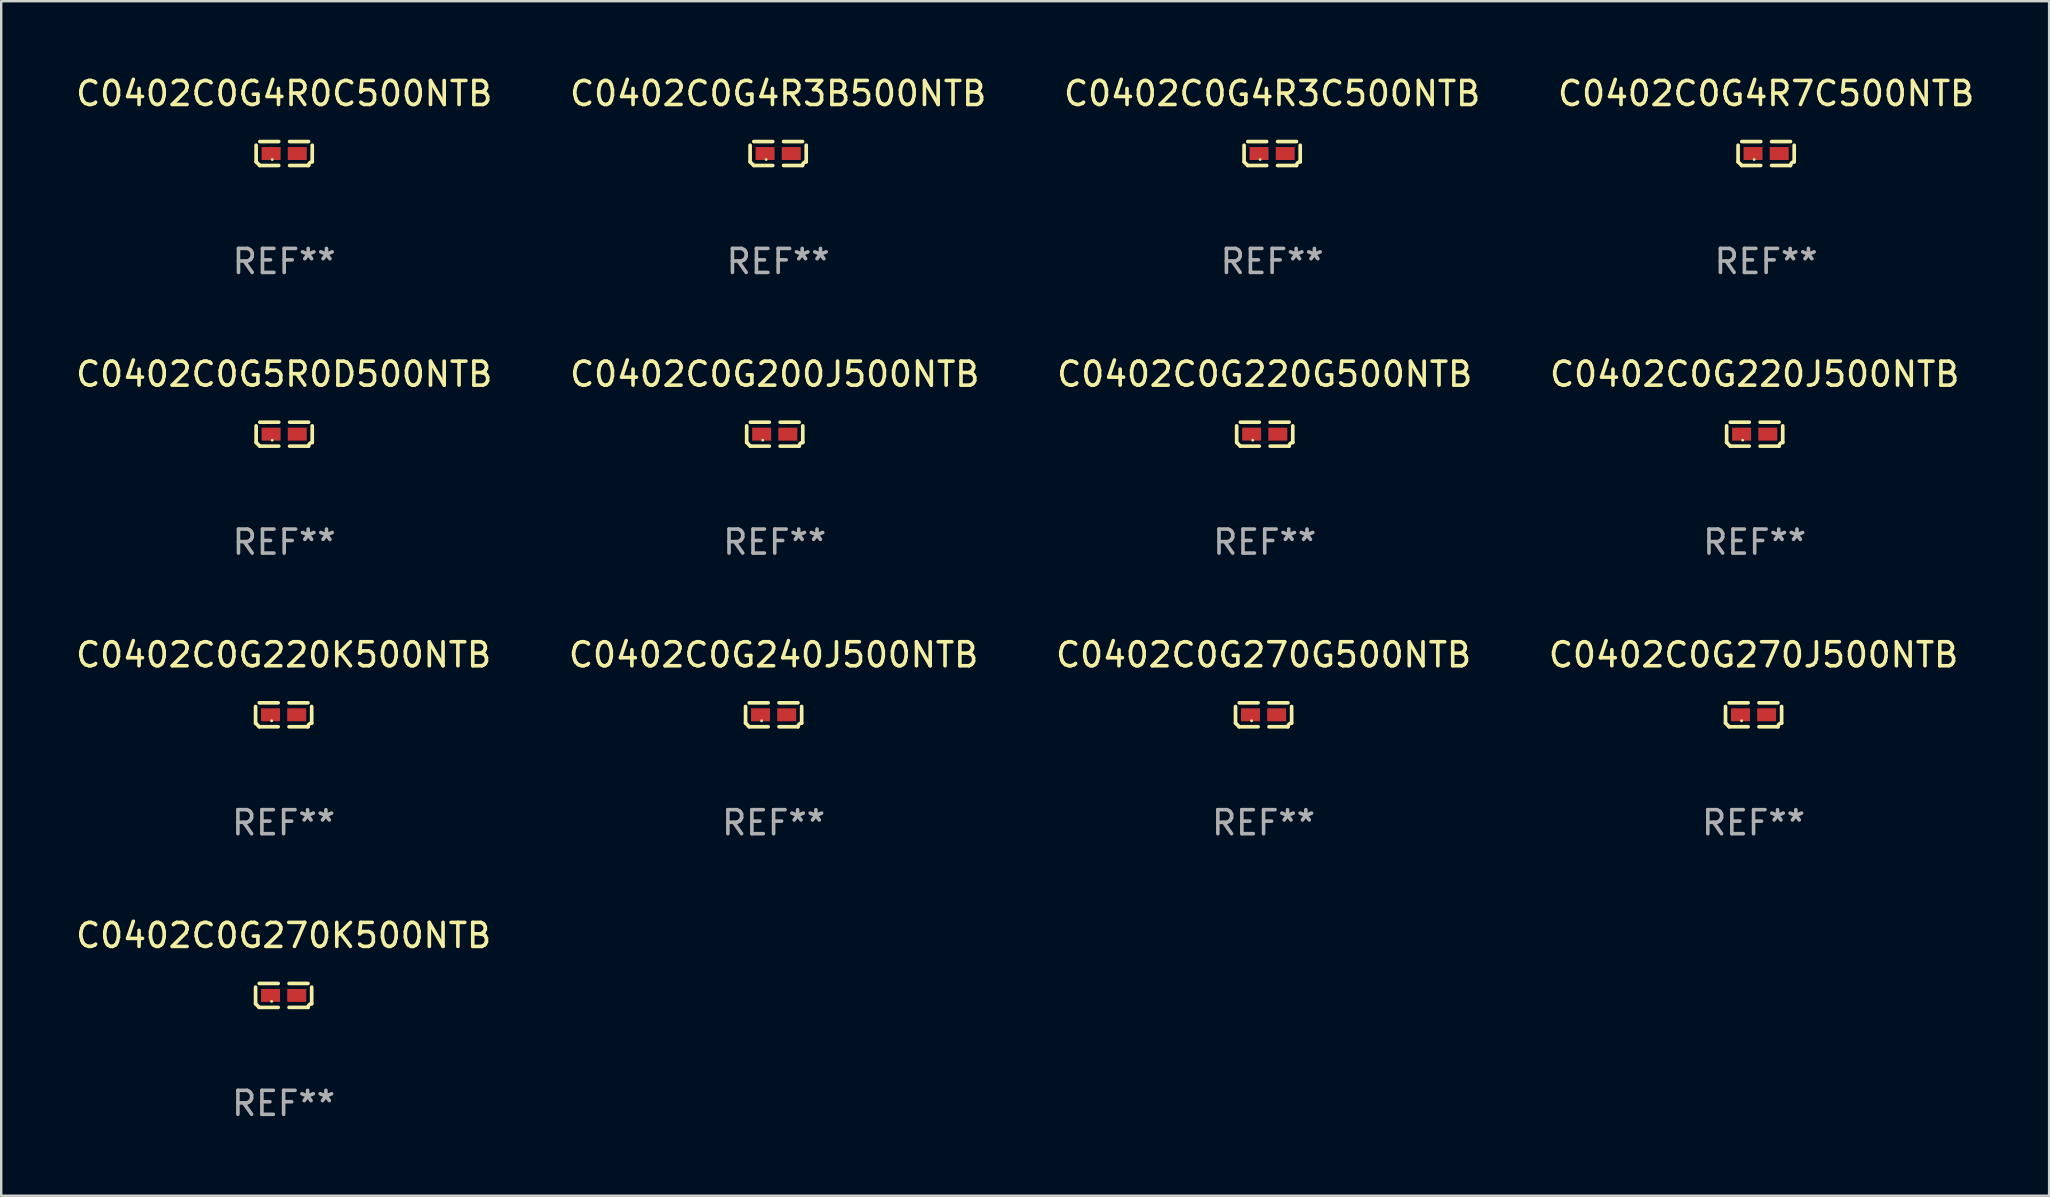
<source format=kicad_pcb>
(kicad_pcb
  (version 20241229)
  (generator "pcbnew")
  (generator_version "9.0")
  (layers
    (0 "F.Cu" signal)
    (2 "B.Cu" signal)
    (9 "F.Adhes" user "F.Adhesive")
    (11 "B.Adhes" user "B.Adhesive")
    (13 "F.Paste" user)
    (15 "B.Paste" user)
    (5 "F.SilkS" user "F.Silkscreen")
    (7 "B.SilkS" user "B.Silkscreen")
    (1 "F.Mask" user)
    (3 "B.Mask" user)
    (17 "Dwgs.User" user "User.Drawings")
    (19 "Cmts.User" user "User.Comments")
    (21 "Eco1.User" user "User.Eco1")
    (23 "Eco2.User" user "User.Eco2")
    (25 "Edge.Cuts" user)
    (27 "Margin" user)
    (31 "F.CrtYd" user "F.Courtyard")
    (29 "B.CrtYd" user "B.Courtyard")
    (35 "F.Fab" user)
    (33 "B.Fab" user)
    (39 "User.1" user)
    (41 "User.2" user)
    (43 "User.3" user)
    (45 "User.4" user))
  (footprint "C0402C0G4R3C500NTB"
    (layer "F.Cu")
    (at 49.958 3.347)
    (property "Reference" "C0402C0G4R3C500NTB" (at 0 -2.499 0) (layer "F.SilkS") (effects (font (size 1 1) (thickness 0.15))))
    (attr through_hole)
    (fp_line (start -1.169 0.346) (end -1.169 -0.346) (stroke (width 0.152) (type solid)) (layer "F.SilkS"))
    (fp_line (start -1.016 -0.499) (end -0.226 -0.499) (stroke (width 0.152) (type solid)) (layer "F.SilkS"))
    (fp_line (start -0.226 0.499) (end -1.016 0.499) (stroke (width 0.152) (type solid)) (layer "F.SilkS"))
    (fp_line (start 0.226 0.499) (end 1.016 0.499) (stroke (width 0.152) (type solid)) (layer "F.SilkS"))
    (fp_line (start 1.016 -0.499) (end 0.226 -0.499) (stroke (width 0.152) (type solid)) (layer "F.SilkS"))
    (fp_line (start 1.169 0.346) (end 1.169 -0.346) (stroke (width 0.152) (type solid)) (layer "F.SilkS"))
    (fp_arc (start -1.016307 0.498603) (mid -1.092512 0.422405) (end -1.16871 0.3462) (stroke (width 0.1524) (type solid)) (layer "F.SilkS"))
    (fp_arc (start 1.016307 0.498603) (mid 1.060899 0.390758) (end 1.168707 0.346076) (stroke (width 0.1524) (type solid)) (layer "F.SilkS"))
    (fp_circle (center -0.5 0.25) (end -0.47 0.25) (stroke (width 0.06) (type solid)) (fill no) (layer "F.SilkS"))
    (fp_text user "REF**" (at 0 4.499 0) (layer "F.Fab") (effects (font (size 1 1) (thickness 0.15))))
    (pad "1" smd rect (at -0.545 0) (size 0.79 0.54) (layers "F.Cu" "F.Mask" "F.Paste"))
    (pad "2" smd rect (at 0.545 0) (size 0.79 0.54) (layers "F.Cu" "F.Mask" "F.Paste")))
  (footprint "C0402C0G4R0C500NTB"
    (layer "F.Cu")
    (at 8.792 3.347)
    (property "Reference" "C0402C0G4R0C500NTB" (at 0 -2.499 0) (layer "F.SilkS") (effects (font (size 1 1) (thickness 0.15))))
    (attr through_hole)
    (fp_line (start -1.169 0.346) (end -1.169 -0.346) (stroke (width 0.152) (type solid)) (layer "F.SilkS"))
    (fp_line (start -1.016 -0.499) (end -0.226 -0.499) (stroke (width 0.152) (type solid)) (layer "F.SilkS"))
    (fp_line (start -0.226 0.499) (end -1.016 0.499) (stroke (width 0.152) (type solid)) (layer "F.SilkS"))
    (fp_line (start 0.226 0.499) (end 1.016 0.499) (stroke (width 0.152) (type solid)) (layer "F.SilkS"))
    (fp_line (start 1.016 -0.499) (end 0.226 -0.499) (stroke (width 0.152) (type solid)) (layer "F.SilkS"))
    (fp_line (start 1.169 0.346) (end 1.169 -0.346) (stroke (width 0.152) (type solid)) (layer "F.SilkS"))
    (fp_arc (start -1.016307 0.498603) (mid -1.092512 0.422405) (end -1.16871 0.3462) (stroke (width 0.1524) (type solid)) (layer "F.SilkS"))
    (fp_arc (start 1.016307 0.498603) (mid 1.060899 0.390758) (end 1.168707 0.346076) (stroke (width 0.1524) (type solid)) (layer "F.SilkS"))
    (fp_circle (center -0.5 0.25) (end -0.47 0.25) (stroke (width 0.06) (type solid)) (fill no) (layer "F.SilkS"))
    (fp_text user "REF**" (at 0 4.499 0) (layer "F.Fab") (effects (font (size 1 1) (thickness 0.15))))
    (pad "1" smd rect (at -0.545 0) (size 0.79 0.54) (layers "F.Cu" "F.Mask" "F.Paste"))
    (pad "2" smd rect (at 0.545 0) (size 0.79 0.54) (layers "F.Cu" "F.Mask" "F.Paste")))
  (footprint "C0402C0G220G500NTB"
    (layer "F.Cu")
    (at 49.649 15.041)
    (property "Reference" "C0402C0G220G500NTB" (at 0 -2.499 0) (layer "F.SilkS") (effects (font (size 1 1) (thickness 0.15))))
    (attr through_hole)
    (fp_line (start -1.169 0.346) (end -1.169 -0.346) (stroke (width 0.152) (type solid)) (layer "F.SilkS"))
    (fp_line (start -1.016 -0.499) (end -0.226 -0.499) (stroke (width 0.152) (type solid)) (layer "F.SilkS"))
    (fp_line (start -0.226 0.499) (end -1.016 0.499) (stroke (width 0.152) (type solid)) (layer "F.SilkS"))
    (fp_line (start 0.226 0.499) (end 1.016 0.499) (stroke (width 0.152) (type solid)) (layer "F.SilkS"))
    (fp_line (start 1.016 -0.499) (end 0.226 -0.499) (stroke (width 0.152) (type solid)) (layer "F.SilkS"))
    (fp_line (start 1.169 0.346) (end 1.169 -0.346) (stroke (width 0.152) (type solid)) (layer "F.SilkS"))
    (fp_arc (start -1.016307 0.498603) (mid -1.092512 0.422405) (end -1.16871 0.3462) (stroke (width 0.1524) (type solid)) (layer "F.SilkS"))
    (fp_arc (start 1.016307 0.498603) (mid 1.060899 0.390758) (end 1.168707 0.346076) (stroke (width 0.1524) (type solid)) (layer "F.SilkS"))
    (fp_circle (center -0.5 0.25) (end -0.47 0.25) (stroke (width 0.06) (type solid)) (fill no) (layer "F.SilkS"))
    (fp_text user "REF**" (at 0 4.499 0) (layer "F.Fab") (effects (font (size 1 1) (thickness 0.15))))
    (pad "1" smd rect (at -0.545 0) (size 0.79 0.54) (layers "F.Cu" "F.Mask" "F.Paste"))
    (pad "2" smd rect (at 0.545 0) (size 0.79 0.54) (layers "F.Cu" "F.Mask" "F.Paste")))
  (footprint "C0402C0G270K500NTB"
    (layer "F.Cu")
    (at 8.768 38.428)
    (property "Reference" "C0402C0G270K500NTB" (at 0 -2.499 0) (layer "F.SilkS") (effects (font (size 1 1) (thickness 0.15))))
    (attr through_hole)
    (fp_line (start -1.169 0.346) (end -1.169 -0.346) (stroke (width 0.152) (type solid)) (layer "F.SilkS"))
    (fp_line (start -1.016 -0.499) (end -0.226 -0.499) (stroke (width 0.152) (type solid)) (layer "F.SilkS"))
    (fp_line (start -0.226 0.499) (end -1.016 0.499) (stroke (width 0.152) (type solid)) (layer "F.SilkS"))
    (fp_line (start 0.226 0.499) (end 1.016 0.499) (stroke (width 0.152) (type solid)) (layer "F.SilkS"))
    (fp_line (start 1.016 -0.499) (end 0.226 -0.499) (stroke (width 0.152) (type solid)) (layer "F.SilkS"))
    (fp_line (start 1.169 0.346) (end 1.169 -0.346) (stroke (width 0.152) (type solid)) (layer "F.SilkS"))
    (fp_arc (start -1.016307 0.498603) (mid -1.092512 0.422405) (end -1.16871 0.3462) (stroke (width 0.1524) (type solid)) (layer "F.SilkS"))
    (fp_arc (start 1.016307 0.498603) (mid 1.060899 0.390758) (end 1.168707 0.346076) (stroke (width 0.1524) (type solid)) (layer "F.SilkS"))
    (fp_circle (center -0.5 0.25) (end -0.47 0.25) (stroke (width 0.06) (type solid)) (fill no) (layer "F.SilkS"))
    (fp_text user "REF**" (at 0 4.499 0) (layer "F.Fab") (effects (font (size 1 1) (thickness 0.15))))
    (pad "1" smd rect (at -0.545 0) (size 0.79 0.54) (layers "F.Cu" "F.Mask" "F.Paste"))
    (pad "2" smd rect (at 0.545 0) (size 0.79 0.54) (layers "F.Cu" "F.Mask" "F.Paste")))
  (footprint "C0402C0G5R0D500NTB"
    (layer "F.Cu")
    (at 8.792 15.041)
    (property "Reference" "C0402C0G5R0D500NTB" (at 0 -2.499 0) (layer "F.SilkS") (effects (font (size 1 1) (thickness 0.15))))
    (attr through_hole)
    (fp_line (start -1.169 0.346) (end -1.169 -0.346) (stroke (width 0.152) (type solid)) (layer "F.SilkS"))
    (fp_line (start -1.016 -0.499) (end -0.226 -0.499) (stroke (width 0.152) (type solid)) (layer "F.SilkS"))
    (fp_line (start -0.226 0.499) (end -1.016 0.499) (stroke (width 0.152) (type solid)) (layer "F.SilkS"))
    (fp_line (start 0.226 0.499) (end 1.016 0.499) (stroke (width 0.152) (type solid)) (layer "F.SilkS"))
    (fp_line (start 1.016 -0.499) (end 0.226 -0.499) (stroke (width 0.152) (type solid)) (layer "F.SilkS"))
    (fp_line (start 1.169 0.346) (end 1.169 -0.346) (stroke (width 0.152) (type solid)) (layer "F.SilkS"))
    (fp_arc (start -1.016307 0.498603) (mid -1.092512 0.422405) (end -1.16871 0.3462) (stroke (width 0.1524) (type solid)) (layer "F.SilkS"))
    (fp_arc (start 1.016307 0.498603) (mid 1.060899 0.390758) (end 1.168707 0.346076) (stroke (width 0.1524) (type solid)) (layer "F.SilkS"))
    (fp_circle (center -0.5 0.25) (end -0.47 0.25) (stroke (width 0.06) (type solid)) (fill no) (layer "F.SilkS"))
    (fp_text user "REF**" (at 0 4.499 0) (layer "F.Fab") (effects (font (size 1 1) (thickness 0.15))))
    (pad "1" smd rect (at -0.545 0) (size 0.79 0.54) (layers "F.Cu" "F.Mask" "F.Paste"))
    (pad "2" smd rect (at 0.545 0) (size 0.79 0.54) (layers "F.Cu" "F.Mask" "F.Paste")))
  (footprint "C0402C0G240J500NTB"
    (layer "F.Cu")
    (at 29.185 26.734)
    (property "Reference" "C0402C0G240J500NTB" (at 0 -2.499 0) (layer "F.SilkS") (effects (font (size 1 1) (thickness 0.15))))
    (attr through_hole)
    (fp_line (start -1.169 0.346) (end -1.169 -0.346) (stroke (width 0.152) (type solid)) (layer "F.SilkS"))
    (fp_line (start -1.016 -0.499) (end -0.226 -0.499) (stroke (width 0.152) (type solid)) (layer "F.SilkS"))
    (fp_line (start -0.226 0.499) (end -1.016 0.499) (stroke (width 0.152) (type solid)) (layer "F.SilkS"))
    (fp_line (start 0.226 0.499) (end 1.016 0.499) (stroke (width 0.152) (type solid)) (layer "F.SilkS"))
    (fp_line (start 1.016 -0.499) (end 0.226 -0.499) (stroke (width 0.152) (type solid)) (layer "F.SilkS"))
    (fp_line (start 1.169 0.346) (end 1.169 -0.346) (stroke (width 0.152) (type solid)) (layer "F.SilkS"))
    (fp_arc (start -1.016307 0.498603) (mid -1.092512 0.422405) (end -1.16871 0.3462) (stroke (width 0.1524) (type solid)) (layer "F.SilkS"))
    (fp_arc (start 1.016307 0.498603) (mid 1.060899 0.390758) (end 1.168707 0.346076) (stroke (width 0.1524) (type solid)) (layer "F.SilkS"))
    (fp_circle (center -0.5 0.25) (end -0.47 0.25) (stroke (width 0.06) (type solid)) (fill no) (layer "F.SilkS"))
    (fp_text user "REF**" (at 0 4.499 0) (layer "F.Fab") (effects (font (size 1 1) (thickness 0.15))))
    (pad "1" smd rect (at -0.545 0) (size 0.79 0.54) (layers "F.Cu" "F.Mask" "F.Paste"))
    (pad "2" smd rect (at 0.545 0) (size 0.79 0.54) (layers "F.Cu" "F.Mask" "F.Paste")))
  (footprint "C0402C0G220J500NTB"
    (layer "F.Cu")
    (at 70.065 15.041)
    (property "Reference" "C0402C0G220J500NTB" (at 0 -2.499 0) (layer "F.SilkS") (effects (font (size 1 1) (thickness 0.15))))
    (attr through_hole)
    (fp_line (start -1.169 0.346) (end -1.169 -0.346) (stroke (width 0.152) (type solid)) (layer "F.SilkS"))
    (fp_line (start -1.016 -0.499) (end -0.226 -0.499) (stroke (width 0.152) (type solid)) (layer "F.SilkS"))
    (fp_line (start -0.226 0.499) (end -1.016 0.499) (stroke (width 0.152) (type solid)) (layer "F.SilkS"))
    (fp_line (start 0.226 0.499) (end 1.016 0.499) (stroke (width 0.152) (type solid)) (layer "F.SilkS"))
    (fp_line (start 1.016 -0.499) (end 0.226 -0.499) (stroke (width 0.152) (type solid)) (layer "F.SilkS"))
    (fp_line (start 1.169 0.346) (end 1.169 -0.346) (stroke (width 0.152) (type solid)) (layer "F.SilkS"))
    (fp_arc (start -1.016307 0.498603) (mid -1.092512 0.422405) (end -1.16871 0.3462) (stroke (width 0.1524) (type solid)) (layer "F.SilkS"))
    (fp_arc (start 1.016307 0.498603) (mid 1.060899 0.390758) (end 1.168707 0.346076) (stroke (width 0.1524) (type solid)) (layer "F.SilkS"))
    (fp_circle (center -0.5 0.25) (end -0.47 0.25) (stroke (width 0.06) (type solid)) (fill no) (layer "F.SilkS"))
    (fp_text user "REF**" (at 0 4.499 0) (layer "F.Fab") (effects (font (size 1 1) (thickness 0.15))))
    (pad "1" smd rect (at -0.545 0) (size 0.79 0.54) (layers "F.Cu" "F.Mask" "F.Paste"))
    (pad "2" smd rect (at 0.545 0) (size 0.79 0.54) (layers "F.Cu" "F.Mask" "F.Paste")))
  (footprint "C0402C0G220K500NTB"
    (layer "F.Cu")
    (at 8.768 26.734)
    (property "Reference" "C0402C0G220K500NTB" (at 0 -2.499 0) (layer "F.SilkS") (effects (font (size 1 1) (thickness 0.15))))
    (attr through_hole)
    (fp_line (start -1.169 0.346) (end -1.169 -0.346) (stroke (width 0.152) (type solid)) (layer "F.SilkS"))
    (fp_line (start -1.016 -0.499) (end -0.226 -0.499) (stroke (width 0.152) (type solid)) (layer "F.SilkS"))
    (fp_line (start -0.226 0.499) (end -1.016 0.499) (stroke (width 0.152) (type solid)) (layer "F.SilkS"))
    (fp_line (start 0.226 0.499) (end 1.016 0.499) (stroke (width 0.152) (type solid)) (layer "F.SilkS"))
    (fp_line (start 1.016 -0.499) (end 0.226 -0.499) (stroke (width 0.152) (type solid)) (layer "F.SilkS"))
    (fp_line (start 1.169 0.346) (end 1.169 -0.346) (stroke (width 0.152) (type solid)) (layer "F.SilkS"))
    (fp_arc (start -1.016307 0.498603) (mid -1.092512 0.422405) (end -1.16871 0.3462) (stroke (width 0.1524) (type solid)) (layer "F.SilkS"))
    (fp_arc (start 1.016307 0.498603) (mid 1.060899 0.390758) (end 1.168707 0.346076) (stroke (width 0.1524) (type solid)) (layer "F.SilkS"))
    (fp_circle (center -0.5 0.25) (end -0.47 0.25) (stroke (width 0.06) (type solid)) (fill no) (layer "F.SilkS"))
    (fp_text user "REF**" (at 0 4.499 0) (layer "F.Fab") (effects (font (size 1 1) (thickness 0.15))))
    (pad "1" smd rect (at -0.545 0) (size 0.79 0.54) (layers "F.Cu" "F.Mask" "F.Paste"))
    (pad "2" smd rect (at 0.545 0) (size 0.79 0.54) (layers "F.Cu" "F.Mask" "F.Paste")))
  (footprint "C0402C0G4R3B500NTB"
    (layer "F.Cu")
    (at 29.375 3.347)
    (property "Reference" "C0402C0G4R3B500NTB" (at 0 -2.499 0) (layer "F.SilkS") (effects (font (size 1 1) (thickness 0.15))))
    (attr through_hole)
    (fp_line (start -1.169 0.346) (end -1.169 -0.346) (stroke (width 0.152) (type solid)) (layer "F.SilkS"))
    (fp_line (start -1.016 -0.499) (end -0.226 -0.499) (stroke (width 0.152) (type solid)) (layer "F.SilkS"))
    (fp_line (start -0.226 0.499) (end -1.016 0.499) (stroke (width 0.152) (type solid)) (layer "F.SilkS"))
    (fp_line (start 0.226 0.499) (end 1.016 0.499) (stroke (width 0.152) (type solid)) (layer "F.SilkS"))
    (fp_line (start 1.016 -0.499) (end 0.226 -0.499) (stroke (width 0.152) (type solid)) (layer "F.SilkS"))
    (fp_line (start 1.169 0.346) (end 1.169 -0.346) (stroke (width 0.152) (type solid)) (layer "F.SilkS"))
    (fp_arc (start -1.016307 0.498603) (mid -1.092512 0.422405) (end -1.16871 0.3462) (stroke (width 0.1524) (type solid)) (layer "F.SilkS"))
    (fp_arc (start 1.016307 0.498603) (mid 1.060899 0.390758) (end 1.168707 0.346076) (stroke (width 0.1524) (type solid)) (layer "F.SilkS"))
    (fp_circle (center -0.5 0.25) (end -0.47 0.25) (stroke (width 0.06) (type solid)) (fill no) (layer "F.SilkS"))
    (fp_text user "REF**" (at 0 4.499 0) (layer "F.Fab") (effects (font (size 1 1) (thickness 0.15))))
    (pad "1" smd rect (at -0.545 0) (size 0.79 0.54) (layers "F.Cu" "F.Mask" "F.Paste"))
    (pad "2" smd rect (at 0.545 0) (size 0.79 0.54) (layers "F.Cu" "F.Mask" "F.Paste")))
  (footprint "C0402C0G270J500NTB"
    (layer "F.Cu")
    (at 70.018 26.734)
    (property "Reference" "C0402C0G270J500NTB" (at 0 -2.499 0) (layer "F.SilkS") (effects (font (size 1 1) (thickness 0.15))))
    (attr through_hole)
    (fp_line (start -1.169 0.346) (end -1.169 -0.346) (stroke (width 0.152) (type solid)) (layer "F.SilkS"))
    (fp_line (start -1.016 -0.499) (end -0.226 -0.499) (stroke (width 0.152) (type solid)) (layer "F.SilkS"))
    (fp_line (start -0.226 0.499) (end -1.016 0.499) (stroke (width 0.152) (type solid)) (layer "F.SilkS"))
    (fp_line (start 0.226 0.499) (end 1.016 0.499) (stroke (width 0.152) (type solid)) (layer "F.SilkS"))
    (fp_line (start 1.016 -0.499) (end 0.226 -0.499) (stroke (width 0.152) (type solid)) (layer "F.SilkS"))
    (fp_line (start 1.169 0.346) (end 1.169 -0.346) (stroke (width 0.152) (type solid)) (layer "F.SilkS"))
    (fp_arc (start -1.016307 0.498603) (mid -1.092512 0.422405) (end -1.16871 0.3462) (stroke (width 0.1524) (type solid)) (layer "F.SilkS"))
    (fp_arc (start 1.016307 0.498603) (mid 1.060899 0.390758) (end 1.168707 0.346076) (stroke (width 0.1524) (type solid)) (layer "F.SilkS"))
    (fp_circle (center -0.5 0.25) (end -0.47 0.25) (stroke (width 0.06) (type solid)) (fill no) (layer "F.SilkS"))
    (fp_text user "REF**" (at 0 4.499 0) (layer "F.Fab") (effects (font (size 1 1) (thickness 0.15))))
    (pad "1" smd rect (at -0.545 0) (size 0.79 0.54) (layers "F.Cu" "F.Mask" "F.Paste"))
    (pad "2" smd rect (at 0.545 0) (size 0.79 0.54) (layers "F.Cu" "F.Mask" "F.Paste")))
  (footprint "C0402C0G4R7C500NTB"
    (layer "F.Cu")
    (at 70.542 3.347)
    (property "Reference" "C0402C0G4R7C500NTB" (at 0 -2.499 0) (layer "F.SilkS") (effects (font (size 1 1) (thickness 0.15))))
    (attr through_hole)
    (fp_line (start -1.169 0.346) (end -1.169 -0.346) (stroke (width 0.152) (type solid)) (layer "F.SilkS"))
    (fp_line (start -1.016 -0.499) (end -0.226 -0.499) (stroke (width 0.152) (type solid)) (layer "F.SilkS"))
    (fp_line (start -0.226 0.499) (end -1.016 0.499) (stroke (width 0.152) (type solid)) (layer "F.SilkS"))
    (fp_line (start 0.226 0.499) (end 1.016 0.499) (stroke (width 0.152) (type solid)) (layer "F.SilkS"))
    (fp_line (start 1.016 -0.499) (end 0.226 -0.499) (stroke (width 0.152) (type solid)) (layer "F.SilkS"))
    (fp_line (start 1.169 0.346) (end 1.169 -0.346) (stroke (width 0.152) (type solid)) (layer "F.SilkS"))
    (fp_arc (start -1.016307 0.498603) (mid -1.092512 0.422405) (end -1.16871 0.3462) (stroke (width 0.1524) (type solid)) (layer "F.SilkS"))
    (fp_arc (start 1.016307 0.498603) (mid 1.060899 0.390758) (end 1.168707 0.346076) (stroke (width 0.1524) (type solid)) (layer "F.SilkS"))
    (fp_circle (center -0.5 0.25) (end -0.47 0.25) (stroke (width 0.06) (type solid)) (fill no) (layer "F.SilkS"))
    (fp_text user "REF**" (at 0 4.499 0) (layer "F.Fab") (effects (font (size 1 1) (thickness 0.15))))
    (pad "1" smd rect (at -0.545 0) (size 0.79 0.54) (layers "F.Cu" "F.Mask" "F.Paste"))
    (pad "2" smd rect (at 0.545 0) (size 0.79 0.54) (layers "F.Cu" "F.Mask" "F.Paste")))
  (footprint "C0402C0G200J500NTB"
    (layer "F.Cu")
    (at 29.232 15.041)
    (property "Reference" "C0402C0G200J500NTB" (at 0 -2.499 0) (layer "F.SilkS") (effects (font (size 1 1) (thickness 0.15))))
    (attr through_hole)
    (fp_line (start -1.169 0.346) (end -1.169 -0.346) (stroke (width 0.152) (type solid)) (layer "F.SilkS"))
    (fp_line (start -1.016 -0.499) (end -0.226 -0.499) (stroke (width 0.152) (type solid)) (layer "F.SilkS"))
    (fp_line (start -0.226 0.499) (end -1.016 0.499) (stroke (width 0.152) (type solid)) (layer "F.SilkS"))
    (fp_line (start 0.226 0.499) (end 1.016 0.499) (stroke (width 0.152) (type solid)) (layer "F.SilkS"))
    (fp_line (start 1.016 -0.499) (end 0.226 -0.499) (stroke (width 0.152) (type solid)) (layer "F.SilkS"))
    (fp_line (start 1.169 0.346) (end 1.169 -0.346) (stroke (width 0.152) (type solid)) (layer "F.SilkS"))
    (fp_arc (start -1.016307 0.498603) (mid -1.092512 0.422405) (end -1.16871 0.3462) (stroke (width 0.1524) (type solid)) (layer "F.SilkS"))
    (fp_arc (start 1.016307 0.498603) (mid 1.060899 0.390758) (end 1.168707 0.346076) (stroke (width 0.1524) (type solid)) (layer "F.SilkS"))
    (fp_circle (center -0.5 0.25) (end -0.47 0.25) (stroke (width 0.06) (type solid)) (fill no) (layer "F.SilkS"))
    (fp_text user "REF**" (at 0 4.499 0) (layer "F.Fab") (effects (font (size 1 1) (thickness 0.15))))
    (pad "1" smd rect (at -0.545 0) (size 0.79 0.54) (layers "F.Cu" "F.Mask" "F.Paste"))
    (pad "2" smd rect (at 0.545 0) (size 0.79 0.54) (layers "F.Cu" "F.Mask" "F.Paste")))
  (footprint "C0402C0G270G500NTB"
    (layer "F.Cu")
    (at 49.601 26.734)
    (property "Reference" "C0402C0G270G500NTB" (at 0 -2.499 0) (layer "F.SilkS") (effects (font (size 1 1) (thickness 0.15))))
    (attr through_hole)
    (fp_line (start -1.169 0.346) (end -1.169 -0.346) (stroke (width 0.152) (type solid)) (layer "F.SilkS"))
    (fp_line (start -1.016 -0.499) (end -0.226 -0.499) (stroke (width 0.152) (type solid)) (layer "F.SilkS"))
    (fp_line (start -0.226 0.499) (end -1.016 0.499) (stroke (width 0.152) (type solid)) (layer "F.SilkS"))
    (fp_line (start 0.226 0.499) (end 1.016 0.499) (stroke (width 0.152) (type solid)) (layer "F.SilkS"))
    (fp_line (start 1.016 -0.499) (end 0.226 -0.499) (stroke (width 0.152) (type solid)) (layer "F.SilkS"))
    (fp_line (start 1.169 0.346) (end 1.169 -0.346) (stroke (width 0.152) (type solid)) (layer "F.SilkS"))
    (fp_arc (start -1.016307 0.498603) (mid -1.092512 0.422405) (end -1.16871 0.3462) (stroke (width 0.1524) (type solid)) (layer "F.SilkS"))
    (fp_arc (start 1.016307 0.498603) (mid 1.060899 0.390758) (end 1.168707 0.346076) (stroke (width 0.1524) (type solid)) (layer "F.SilkS"))
    (fp_circle (center -0.5 0.25) (end -0.47 0.25) (stroke (width 0.06) (type solid)) (fill no) (layer "F.SilkS"))
    (fp_text user "REF**" (at 0 4.499 0) (layer "F.Fab") (effects (font (size 1 1) (thickness 0.15))))
    (pad "1" smd rect (at -0.545 0) (size 0.79 0.54) (layers "F.Cu" "F.Mask" "F.Paste"))
    (pad "2" smd rect (at 0.545 0) (size 0.79 0.54) (layers "F.Cu" "F.Mask" "F.Paste")))
  (gr_rect
    (start -3 -3)
    (end 82.333 46.775)
    (stroke (width 0.1) (type default))
    (fill no)
    (layer "Edge.Cuts")))
</source>
